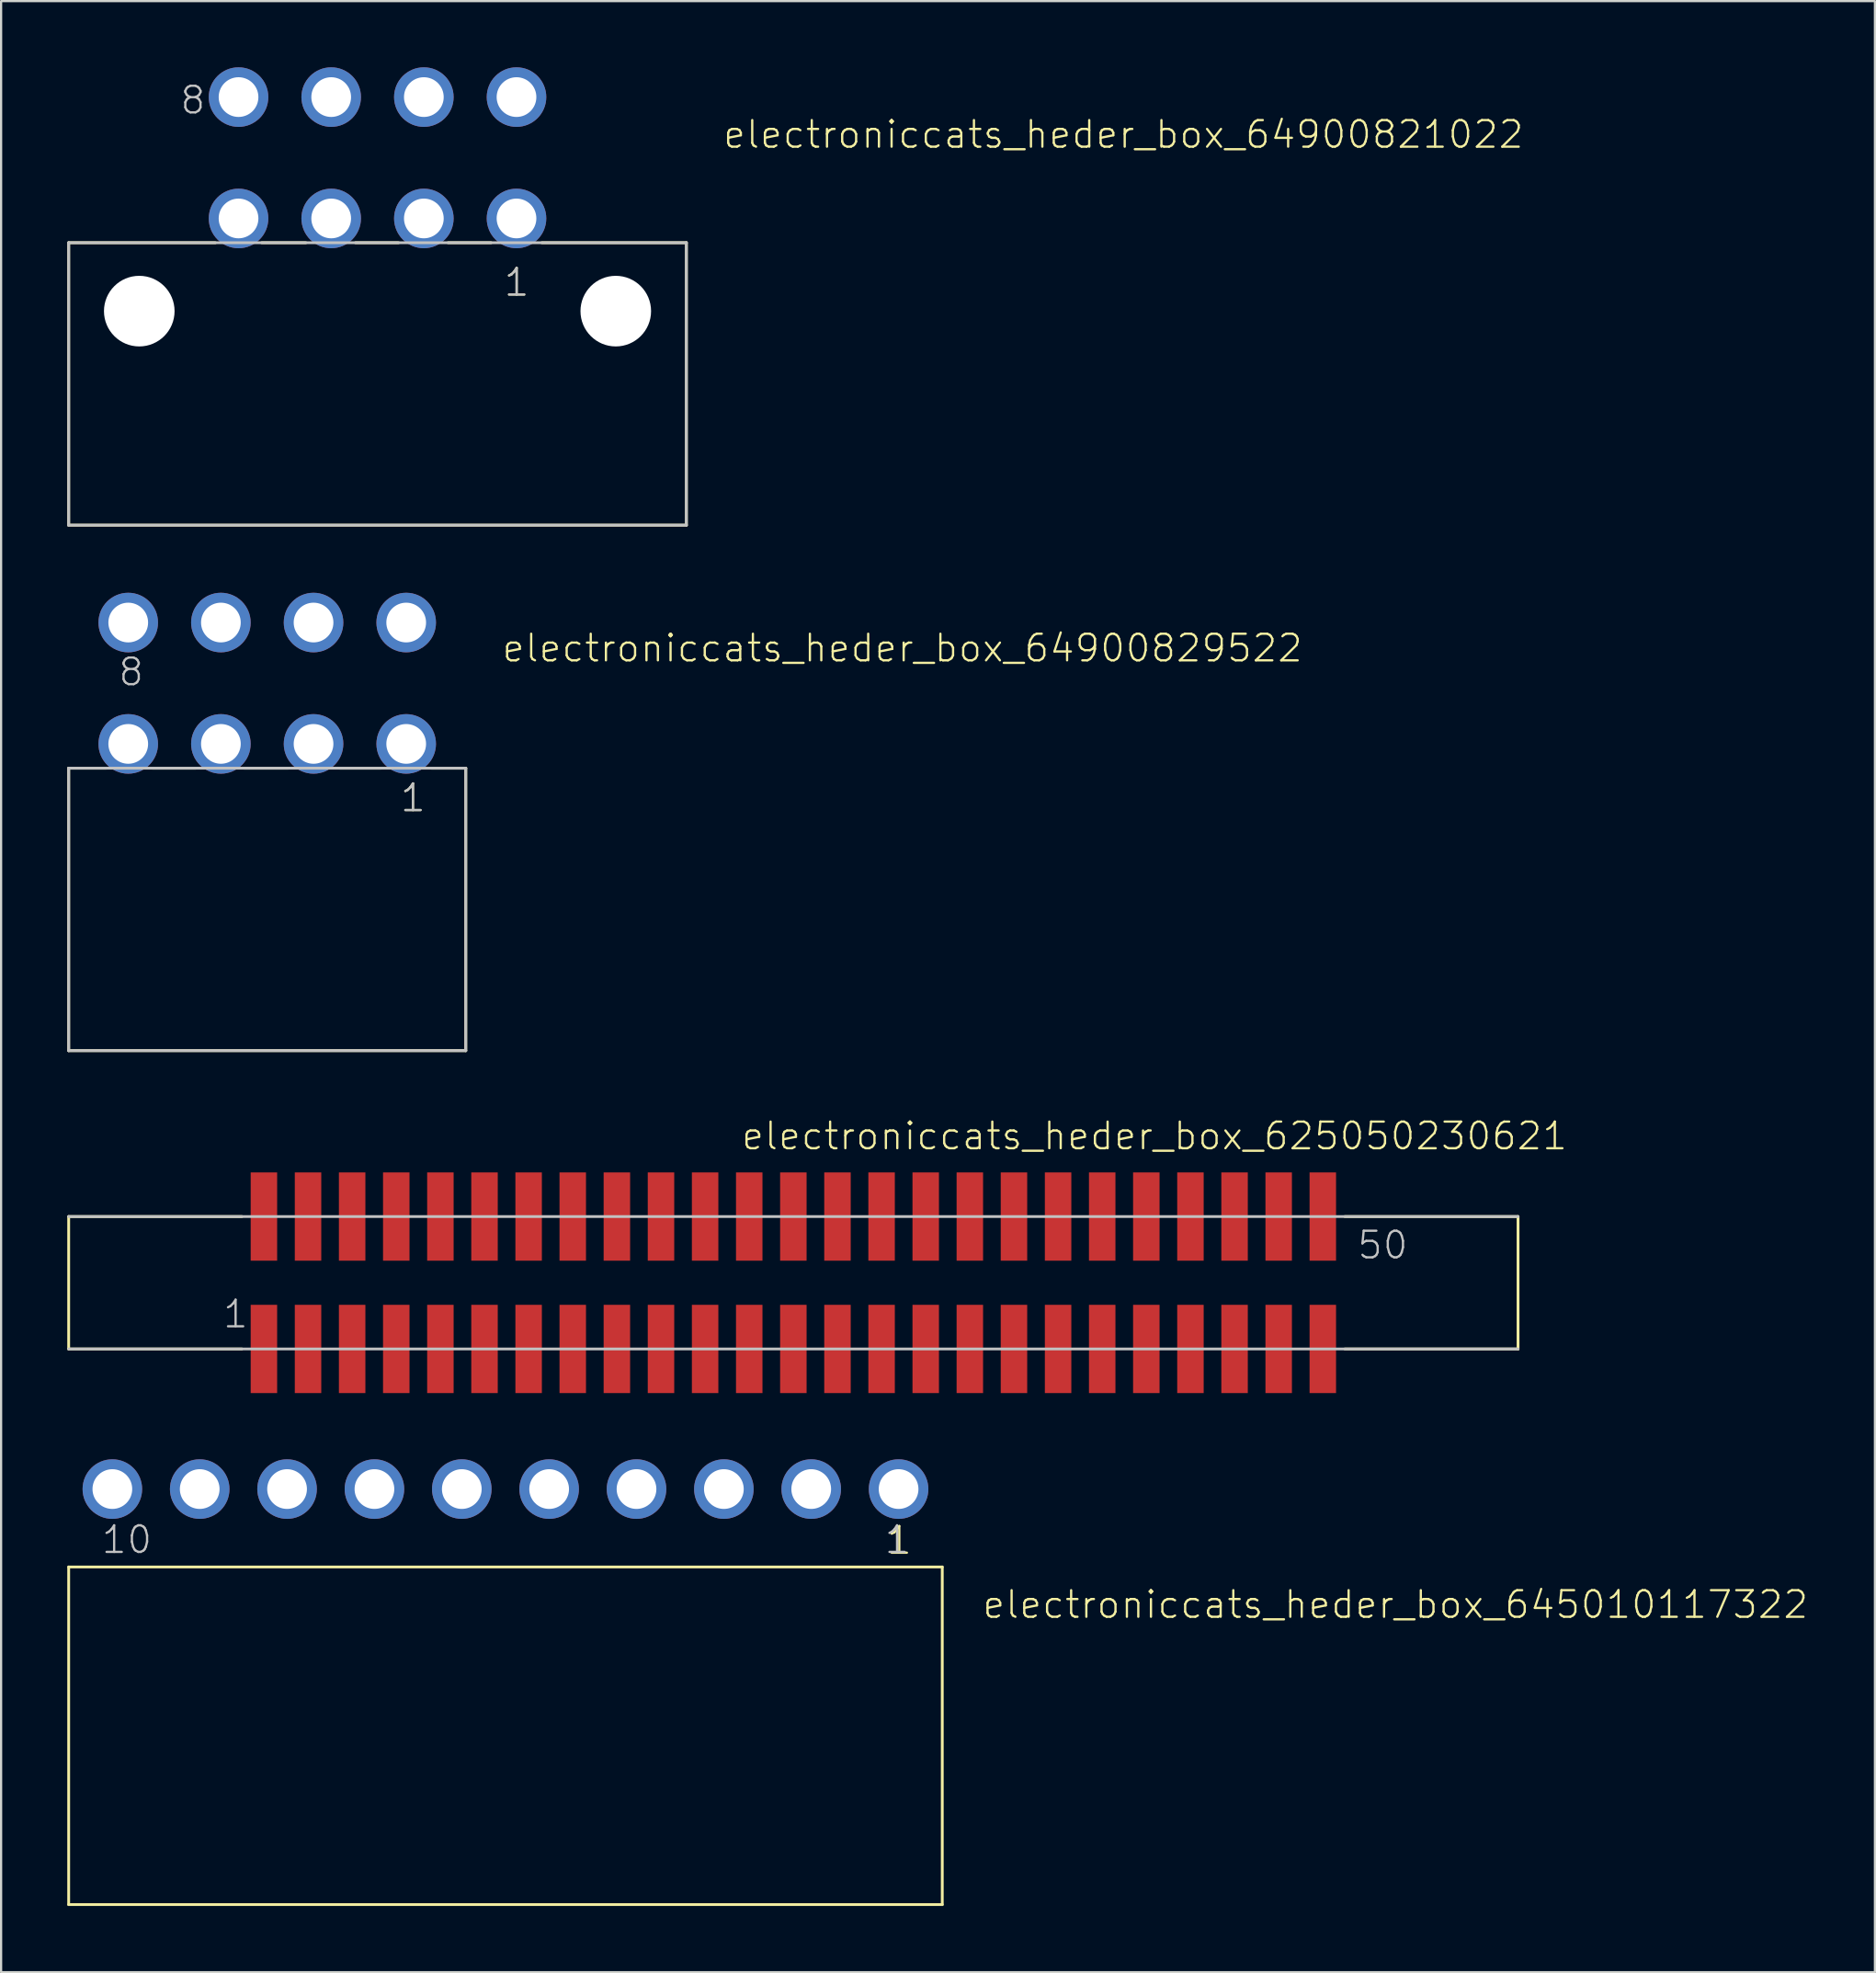
<source format=kicad_pcb>
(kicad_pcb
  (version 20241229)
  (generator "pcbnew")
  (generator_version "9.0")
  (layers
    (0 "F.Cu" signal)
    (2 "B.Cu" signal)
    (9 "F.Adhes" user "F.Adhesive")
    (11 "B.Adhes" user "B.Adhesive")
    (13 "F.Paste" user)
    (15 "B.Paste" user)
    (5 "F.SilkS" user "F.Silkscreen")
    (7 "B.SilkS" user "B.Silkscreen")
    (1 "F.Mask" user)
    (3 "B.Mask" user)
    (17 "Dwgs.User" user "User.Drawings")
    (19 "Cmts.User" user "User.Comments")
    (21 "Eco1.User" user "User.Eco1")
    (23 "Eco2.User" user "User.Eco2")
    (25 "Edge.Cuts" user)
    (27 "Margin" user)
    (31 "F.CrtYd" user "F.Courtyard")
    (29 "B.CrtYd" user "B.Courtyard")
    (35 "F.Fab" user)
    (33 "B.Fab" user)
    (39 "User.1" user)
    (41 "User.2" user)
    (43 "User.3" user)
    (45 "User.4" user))
  (footprint "electroniccats_heder_box_645010117322"
    (layer "F.Cu")
    (at 19.863 64.433)
    (property "Reference" "electroniccats_heder_box_645010117322" (at 21.555 5.94 0) (layer "F.SilkS") (effects (font (size 1.206 1.206) (thickness 0.102)) (justify left bottom)))
    (attr through_hole)
    (fp_line (start -19.8 3.53) (end 19.8 3.53) (stroke (width 0.127) (type solid)) (layer "F.SilkS"))
    (fp_line (start -19.8 18.83) (end -19.8 3.53) (stroke (width 0.127) (type solid)) (layer "F.SilkS"))
    (fp_line (start 19.8 3.53) (end 19.8 18.83) (stroke (width 0.127) (type solid)) (layer "F.SilkS"))
    (fp_line (start 19.8 18.83) (end -19.8 18.83) (stroke (width 0.127) (type solid)) (layer "F.SilkS"))
    (fp_text user "1" (at 17.21 3.035 0) (layer "F.SilkS") (effects (font (size 1.206 1.206) (thickness 0.102)) (justify left bottom)))
    (fp_text user "10" (at -18.38 3 0) (layer "Dwgs.User") (effects (font (size 1.206 1.206) (thickness 0.102)) (justify left bottom)))
    (fp_text user "1" (at 17.11 3 0) (layer "Dwgs.User") (effects (font (size 1.206 1.206) (thickness 0.102)) (justify left bottom)))
    (pad "1" thru_hole circle (at 17.82 0) (size 2.7 2.7) (drill 1.8) (layers "*.Cu" "*.Mask"))
    (pad "2" thru_hole circle (at 13.86 0) (size 2.7 2.7) (drill 1.8) (layers "*.Cu" "*.Mask"))
    (pad "3" thru_hole circle (at 9.9 0) (size 2.7 2.7) (drill 1.8) (layers "*.Cu" "*.Mask"))
    (pad "4" thru_hole circle (at 5.94 0) (size 2.7 2.7) (drill 1.8) (layers "*.Cu" "*.Mask"))
    (pad "5" thru_hole circle (at 1.98 0) (size 2.7 2.7) (drill 1.8) (layers "*.Cu" "*.Mask"))
    (pad "6" thru_hole circle (at -1.98 0) (size 2.7 2.7) (drill 1.8) (layers "*.Cu" "*.Mask"))
    (pad "7" thru_hole circle (at -5.94 0) (size 2.7 2.7) (drill 1.8) (layers "*.Cu" "*.Mask"))
    (pad "8" thru_hole circle (at -9.9 0) (size 2.7 2.7) (drill 1.8) (layers "*.Cu" "*.Mask"))
    (pad "9" thru_hole circle (at -13.86 0) (size 2.7 2.7) (drill 1.8) (layers "*.Cu" "*.Mask"))
    (pad "10" thru_hole circle (at -17.82 0) (size 2.7 2.7) (drill 1.8) (layers "*.Cu" "*.Mask")))
  (footprint "electroniccats_heder_box_64900821022"
    (layer "F.Cu")
    (at 14.063 11.05)
    (property "Reference" "electroniccats_heder_box_64900821022" (at 15.598 -7.3 0) (layer "F.SilkS") (effects (font (size 1.206 1.206) (thickness 0.102)) (justify left bottom)))
    (attr through_hole)
    (fp_line (start -14 -3.1) (end -7.35 -3.1) (stroke (width 0.127) (type solid)) (layer "F.SilkS"))
    (fp_line (start -14 9.7) (end -14 -3.1) (stroke (width 0.127) (type solid)) (layer "F.SilkS"))
    (fp_line (start -5.25 -3.1) (end -3.25 -3.1) (stroke (width 0.127) (type solid)) (layer "F.SilkS"))
    (fp_line (start -1 -3.1) (end 0.95 -3.1) (stroke (width 0.127) (type solid)) (layer "F.SilkS"))
    (fp_line (start 3.2 -3.1) (end 5.15 -3.1) (stroke (width 0.127) (type solid)) (layer "F.SilkS"))
    (fp_line (start 7.45 -3.1) (end 14 -3.1) (stroke (width 0.127) (type solid)) (layer "F.SilkS"))
    (fp_line (start 14 -3.1) (end 14 9.7) (stroke (width 0.127) (type solid)) (layer "F.SilkS"))
    (fp_line (start 14 9.7) (end -14 9.7) (stroke (width 0.127) (type solid)) (layer "F.SilkS"))
    (fp_line (start -14 -3.1) (end 14 -3.1) (stroke (width 0.127) (type solid)) (layer "Dwgs.User"))
    (fp_line (start -14 9.7) (end -14 -3.1) (stroke (width 0.127) (type solid)) (layer "Dwgs.User"))
    (fp_line (start 14 -3.1) (end 14 9.7) (stroke (width 0.127) (type solid)) (layer "Dwgs.User"))
    (fp_line (start 14 9.7) (end -14 9.7) (stroke (width 0.127) (type solid)) (layer "Dwgs.User"))
    (fp_text user "1" (at 5.665 -0.6 0) (layer "F.SilkS") (effects (font (size 1.206 1.206) (thickness 0.102)) (justify left bottom)))
    (fp_text user "1" (at 5.665 -0.6 0) (layer "Dwgs.User") (effects (font (size 1.206 1.206) (thickness 0.102)) (justify left bottom)))
    (fp_text user "8" (at -9.01 -8.855 0) (layer "Dwgs.User") (effects (font (size 1.206 1.206) (thickness 0.102)) (justify left bottom)))
    (pad "" np_thru_hole circle (at -10.8 0) (size 3.2 3.2) (drill 3.2) (layers "*.Cu"))
    (pad "" np_thru_hole circle (at 10.8 0) (size 3.2 3.2) (drill 3.2) (layers "*.Cu"))
    (pad "1" thru_hole circle (at 6.3 -4.2) (size 2.7 2.7) (drill 1.8) (layers "*.Cu" "*.Mask"))
    (pad "2" thru_hole circle (at 2.1 -4.2) (size 2.7 2.7) (drill 1.8) (layers "*.Cu" "*.Mask"))
    (pad "3" thru_hole circle (at -2.1 -4.2) (size 2.7 2.7) (drill 1.8) (layers "*.Cu" "*.Mask"))
    (pad "4" thru_hole circle (at -6.3 -4.2) (size 2.7 2.7) (drill 1.8) (layers "*.Cu" "*.Mask"))
    (pad "5" thru_hole circle (at 6.3 -9.7) (size 2.7 2.7) (drill 1.8) (layers "*.Cu" "*.Mask"))
    (pad "6" thru_hole circle (at 2.1 -9.7) (size 2.7 2.7) (drill 1.8) (layers "*.Cu" "*.Mask"))
    (pad "7" thru_hole circle (at -2.1 -9.7) (size 2.7 2.7) (drill 1.8) (layers "*.Cu" "*.Mask"))
    (pad "8" thru_hole circle (at -6.3 -9.7) (size 2.7 2.7) (drill 1.8) (layers "*.Cu" "*.Mask")))
  (footprint "electroniccats_heder_box_64900829522"
    (layer "F.Cu")
    (at 9.063 27.913)
    (property "Reference" "electroniccats_heder_box_64900829522" (at 10.578 -0.885 0) (layer "F.SilkS") (effects (font (size 1.206 1.206) (thickness 0.102)) (justify left bottom)))
    (attr through_hole)
    (fp_line (start -9 3.85) (end -7.3 3.85) (stroke (width 0.127) (type solid)) (layer "F.SilkS"))
    (fp_line (start -9 16.65) (end -9 3.85) (stroke (width 0.127) (type solid)) (layer "F.SilkS"))
    (fp_line (start -5.2 3.85) (end -3.25 3.85) (stroke (width 0.127) (type solid)) (layer "F.SilkS"))
    (fp_line (start -1.05 3.85) (end 0.95 3.85) (stroke (width 0.127) (type solid)) (layer "F.SilkS"))
    (fp_line (start 3.3 3.85) (end 5.15 3.85) (stroke (width 0.127) (type solid)) (layer "F.SilkS"))
    (fp_line (start 7.45 3.85) (end 9 3.85) (stroke (width 0.127) (type solid)) (layer "F.SilkS"))
    (fp_line (start 9 3.85) (end 9 16.65) (stroke (width 0.127) (type solid)) (layer "F.SilkS"))
    (fp_line (start 9 16.65) (end -9 16.65) (stroke (width 0.127) (type solid)) (layer "F.SilkS"))
    (fp_line (start -9 3.85) (end 9 3.85) (stroke (width 0.127) (type solid)) (layer "Dwgs.User"))
    (fp_line (start -9 16.65) (end -9 3.85) (stroke (width 0.127) (type solid)) (layer "Dwgs.User"))
    (fp_line (start 9 3.85) (end 9 16.65) (stroke (width 0.127) (type solid)) (layer "Dwgs.User"))
    (fp_line (start 9 16.65) (end -9 16.65) (stroke (width 0.127) (type solid)) (layer "Dwgs.User"))
    (fp_text user "1" (at 5.965 5.9 0) (layer "F.SilkS") (effects (font (size 1.206 1.206) (thickness 0.102)) (justify left bottom)))
    (fp_text user "1" (at 5.965 5.9 0) (layer "Dwgs.User") (effects (font (size 1.206 1.206) (thickness 0.102)) (justify left bottom)))
    (fp_text user "8" (at -6.81 0.195 0) (layer "Dwgs.User") (effects (font (size 1.206 1.206) (thickness 0.102)) (justify left bottom)))
    (pad "1" thru_hole circle (at 6.3 2.75) (size 2.7 2.7) (drill 1.8) (layers "*.Cu" "*.Mask"))
    (pad "2" thru_hole circle (at 2.1 2.75) (size 2.7 2.7) (drill 1.8) (layers "*.Cu" "*.Mask"))
    (pad "3" thru_hole circle (at -2.1 2.75) (size 2.7 2.7) (drill 1.8) (layers "*.Cu" "*.Mask"))
    (pad "4" thru_hole circle (at -6.3 2.75) (size 2.7 2.7) (drill 1.8) (layers "*.Cu" "*.Mask"))
    (pad "5" thru_hole circle (at 6.3 -2.75) (size 2.7 2.7) (drill 1.8) (layers "*.Cu" "*.Mask"))
    (pad "6" thru_hole circle (at 2.1 -2.75) (size 2.7 2.7) (drill 1.8) (layers "*.Cu" "*.Mask"))
    (pad "7" thru_hole circle (at -2.1 -2.75) (size 2.7 2.7) (drill 1.8) (layers "*.Cu" "*.Mask"))
    (pad "8" thru_hole circle (at -6.3 -2.75) (size 2.7 2.7) (drill 1.8) (layers "*.Cu" "*.Mask")))
  (footprint "electroniccats_heder_box_625050230621"
    (layer "F.Cu")
    (at 32.913 55.083)
    (property "Reference" "electroniccats_heder_box_625050230621" (at -2.42 -5.945 0) (layer "F.SilkS") (effects (font (size 1.206 1.206) (thickness 0.102)) (justify left bottom)))
    (attr through_hole)
    (fp_line (start -32.85 -3) (end -32.85 3) (stroke (width 0.127) (type solid)) (layer "F.SilkS"))
    (fp_line (start -25 -3) (end -32.85 -3) (stroke (width 0.127) (type solid)) (layer "F.SilkS"))
    (fp_line (start -25 3) (end -32.85 3) (stroke (width 0.127) (type solid)) (layer "F.SilkS"))
    (fp_line (start 25 -3) (end 32.85 -3) (stroke (width 0.127) (type solid)) (layer "F.SilkS"))
    (fp_line (start 25 3) (end 32.85 3) (stroke (width 0.127) (type solid)) (layer "F.SilkS"))
    (fp_line (start 32.85 3) (end 32.85 -3) (stroke (width 0.127) (type solid)) (layer "F.SilkS"))
    (fp_line (start -32.85 3) (end 32.85 3) (stroke (width 0.127) (type solid)) (layer "Dwgs.User"))
    (fp_line (start 32.85 -3) (end -32.85 -3) (stroke (width 0.127) (type solid)) (layer "Dwgs.User"))
    (fp_text user "50" (at 25.5 -1 0) (layer "Dwgs.User") (effects (font (size 1.206 1.206) (thickness 0.102)) (justify left bottom)))
    (fp_text user "1" (at -25.925 2.125 0) (layer "Dwgs.User") (effects (font (size 1.206 1.206) (thickness 0.102)) (justify left bottom)))
    (pad "1" smd rect (at -24 3 180) (size 1.2 4) (layers "F.Cu" "F.Mask" "F.Paste"))
    (pad "2" smd rect (at -24 -3 180) (size 1.2 4) (layers "F.Cu" "F.Mask" "F.Paste"))
    (pad "3" smd rect (at -22 3 180) (size 1.2 4) (layers "F.Cu" "F.Mask" "F.Paste"))
    (pad "4" smd rect (at -22 -3 180) (size 1.2 4) (layers "F.Cu" "F.Mask" "F.Paste"))
    (pad "5" smd rect (at -20 3 180) (size 1.2 4) (layers "F.Cu" "F.Mask" "F.Paste"))
    (pad "6" smd rect (at -20 -3 180) (size 1.2 4) (layers "F.Cu" "F.Mask" "F.Paste"))
    (pad "7" smd rect (at -18 3 180) (size 1.2 4) (layers "F.Cu" "F.Mask" "F.Paste"))
    (pad "8" smd rect (at -18 -3 180) (size 1.2 4) (layers "F.Cu" "F.Mask" "F.Paste"))
    (pad "9" smd rect (at -16 3 180) (size 1.2 4) (layers "F.Cu" "F.Mask" "F.Paste"))
    (pad "10" smd rect (at -16 -3 180) (size 1.2 4) (layers "F.Cu" "F.Mask" "F.Paste"))
    (pad "11" smd rect (at -14 3 180) (size 1.2 4) (layers "F.Cu" "F.Mask" "F.Paste"))
    (pad "12" smd rect (at -14 -3 180) (size 1.2 4) (layers "F.Cu" "F.Mask" "F.Paste"))
    (pad "13" smd rect (at -12 3 180) (size 1.2 4) (layers "F.Cu" "F.Mask" "F.Paste"))
    (pad "14" smd rect (at -12 -3 180) (size 1.2 4) (layers "F.Cu" "F.Mask" "F.Paste"))
    (pad "15" smd rect (at -10 3 180) (size 1.2 4) (layers "F.Cu" "F.Mask" "F.Paste"))
    (pad "16" smd rect (at -10 -3 180) (size 1.2 4) (layers "F.Cu" "F.Mask" "F.Paste"))
    (pad "17" smd rect (at -8 3 180) (size 1.2 4) (layers "F.Cu" "F.Mask" "F.Paste"))
    (pad "18" smd rect (at -8 -3 180) (size 1.2 4) (layers "F.Cu" "F.Mask" "F.Paste"))
    (pad "19" smd rect (at -6 3 180) (size 1.2 4) (layers "F.Cu" "F.Mask" "F.Paste"))
    (pad "20" smd rect (at -6 -3 180) (size 1.2 4) (layers "F.Cu" "F.Mask" "F.Paste"))
    (pad "21" smd rect (at -4 3 180) (size 1.2 4) (layers "F.Cu" "F.Mask" "F.Paste"))
    (pad "22" smd rect (at -4 -3 180) (size 1.2 4) (layers "F.Cu" "F.Mask" "F.Paste"))
    (pad "23" smd rect (at -2 3 180) (size 1.2 4) (layers "F.Cu" "F.Mask" "F.Paste"))
    (pad "24" smd rect (at -2 -3 180) (size 1.2 4) (layers "F.Cu" "F.Mask" "F.Paste"))
    (pad "25" smd rect (at 0 3 180) (size 1.2 4) (layers "F.Cu" "F.Mask" "F.Paste"))
    (pad "26" smd rect (at 0 -3 180) (size 1.2 4) (layers "F.Cu" "F.Mask" "F.Paste"))
    (pad "27" smd rect (at 2 3 180) (size 1.2 4) (layers "F.Cu" "F.Mask" "F.Paste"))
    (pad "28" smd rect (at 2 -3 180) (size 1.2 4) (layers "F.Cu" "F.Mask" "F.Paste"))
    (pad "29" smd rect (at 4 3 180) (size 1.2 4) (layers "F.Cu" "F.Mask" "F.Paste"))
    (pad "30" smd rect (at 4 -3 180) (size 1.2 4) (layers "F.Cu" "F.Mask" "F.Paste"))
    (pad "31" smd rect (at 6 3 180) (size 1.2 4) (layers "F.Cu" "F.Mask" "F.Paste"))
    (pad "32" smd rect (at 6 -3 180) (size 1.2 4) (layers "F.Cu" "F.Mask" "F.Paste"))
    (pad "33" smd rect (at 8 3 180) (size 1.2 4) (layers "F.Cu" "F.Mask" "F.Paste"))
    (pad "34" smd rect (at 8 -3 180) (size 1.2 4) (layers "F.Cu" "F.Mask" "F.Paste"))
    (pad "35" smd rect (at 10 3 180) (size 1.2 4) (layers "F.Cu" "F.Mask" "F.Paste"))
    (pad "36" smd rect (at 10 -3 180) (size 1.2 4) (layers "F.Cu" "F.Mask" "F.Paste"))
    (pad "37" smd rect (at 12 3 180) (size 1.2 4) (layers "F.Cu" "F.Mask" "F.Paste"))
    (pad "38" smd rect (at 12 -3 180) (size 1.2 4) (layers "F.Cu" "F.Mask" "F.Paste"))
    (pad "39" smd rect (at 14 3 180) (size 1.2 4) (layers "F.Cu" "F.Mask" "F.Paste"))
    (pad "40" smd rect (at 14 -3 180) (size 1.2 4) (layers "F.Cu" "F.Mask" "F.Paste"))
    (pad "41" smd rect (at 16 3 180) (size 1.2 4) (layers "F.Cu" "F.Mask" "F.Paste"))
    (pad "42" smd rect (at 16 -3 180) (size 1.2 4) (layers "F.Cu" "F.Mask" "F.Paste"))
    (pad "43" smd rect (at 18 3 180) (size 1.2 4) (layers "F.Cu" "F.Mask" "F.Paste"))
    (pad "44" smd rect (at 18 -3 180) (size 1.2 4) (layers "F.Cu" "F.Mask" "F.Paste"))
    (pad "45" smd rect (at 20 3 180) (size 1.2 4) (layers "F.Cu" "F.Mask" "F.Paste"))
    (pad "46" smd rect (at 20 -3 180) (size 1.2 4) (layers "F.Cu" "F.Mask" "F.Paste"))
    (pad "47" smd rect (at 22 3 180) (size 1.2 4) (layers "F.Cu" "F.Mask" "F.Paste"))
    (pad "48" smd rect (at 22 -3 180) (size 1.2 4) (layers "F.Cu" "F.Mask" "F.Paste"))
    (pad "49" smd rect (at 24 3 180) (size 1.2 4) (layers "F.Cu" "F.Mask" "F.Paste"))
    (pad "50" smd rect (at 24 -3 180) (size 1.2 4) (layers "F.Cu" "F.Mask" "F.Paste")))
  (gr_rect
    (start -3 -3)
    (end 81.941 86.327)
    (stroke (width 0.1) (type default))
    (fill no)
    (layer "Edge.Cuts")))
</source>
